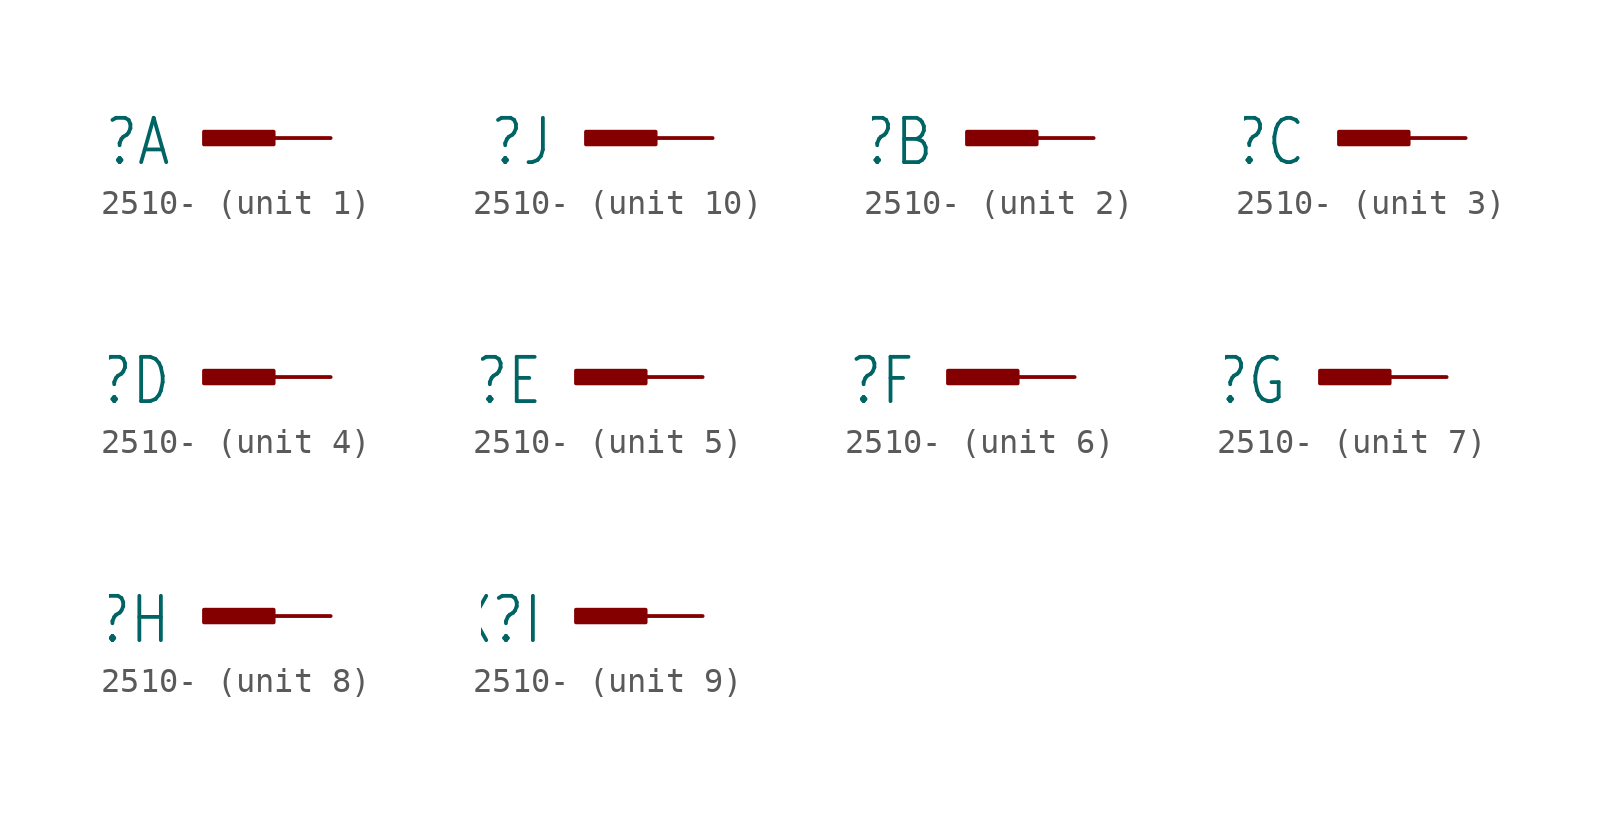
<source format=kicad_sym>
(kicad_symbol_lib
  (version 20211014)
  (generator kicad_symbol_editor)
  (symbol "2510-"
    (property "Reference" "X"
      (at -1.27 0.889 0)
      (effects (font (size 1.778 1.511)) (justify right top)))
    (property "ki_locked" ""
      (at 0 0 0)
      (effects (font (size 1.27 1.27))))
    (symbol "2510-_1_0"
      (rectangle (start 0 -0.254) (end 2.794 0.254) (stroke (width 0) (type default) (color 0 0 0 0)) (fill (type outline)))
      (pin passive line (at 5.08 0 180) (length 2.54) (name "KL" (effects (font (size 0 0)))) (number "1" (effects (font (size 0 0))))))
    (symbol "2510-_2_0"
      (rectangle (start 0 -0.254) (end 2.794 0.254) (stroke (width 0) (type default) (color 0 0 0 0)) (fill (type outline)))
      (pin passive line (at 5.08 0 180) (length 2.54) (name "KL" (effects (font (size 0 0)))) (number "2" (effects (font (size 0 0))))))
    (symbol "2510-_3_0"
      (rectangle (start 0 -0.254) (end 2.794 0.254) (stroke (width 0) (type default) (color 0 0 0 0)) (fill (type outline)))
      (pin passive line (at 5.08 0 180) (length 2.54) (name "KL" (effects (font (size 0 0)))) (number "3" (effects (font (size 0 0))))))
    (symbol "2510-_4_0"
      (rectangle (start 0 -0.254) (end 2.794 0.254) (stroke (width 0) (type default) (color 0 0 0 0)) (fill (type outline)))
      (pin passive line (at 5.08 0 180) (length 2.54) (name "KL" (effects (font (size 0 0)))) (number "4" (effects (font (size 0 0))))))
    (symbol "2510-_5_0"
      (rectangle (start 0 -0.254) (end 2.794 0.254) (stroke (width 0) (type default) (color 0 0 0 0)) (fill (type outline)))
      (pin passive line (at 5.08 0 180) (length 2.54) (name "KL" (effects (font (size 0 0)))) (number "5" (effects (font (size 0 0))))))
    (symbol "2510-_6_0"
      (rectangle (start 0 -0.254) (end 2.794 0.254) (stroke (width 0) (type default) (color 0 0 0 0)) (fill (type outline)))
      (pin passive line (at 5.08 0 180) (length 2.54) (name "KL" (effects (font (size 0 0)))) (number "6" (effects (font (size 0 0))))))
    (symbol "2510-_7_0"
      (rectangle (start 0 -0.254) (end 2.794 0.254) (stroke (width 0) (type default) (color 0 0 0 0)) (fill (type outline)))
      (pin passive line (at 5.08 0 180) (length 2.54) (name "KL" (effects (font (size 0 0)))) (number "7" (effects (font (size 0 0))))))
    (symbol "2510-_8_0"
      (rectangle (start 0 -0.254) (end 2.794 0.254) (stroke (width 0) (type default) (color 0 0 0 0)) (fill (type outline)))
      (pin passive line (at 5.08 0 180) (length 2.54) (name "KL" (effects (font (size 0 0)))) (number "8" (effects (font (size 0 0))))))
    (symbol "2510-_9_0"
      (rectangle (start 0 -0.254) (end 2.794 0.254) (stroke (width 0) (type default) (color 0 0 0 0)) (fill (type outline)))
      (pin passive line (at 5.08 0 180) (length 2.54) (name "KL" (effects (font (size 0 0)))) (number "9" (effects (font (size 0 0))))))
    (symbol "2510-_10_0"
      (rectangle (start 0 -0.254) (end 2.794 0.254) (stroke (width 0) (type default) (color 0 0 0 0)) (fill (type outline)))
      (pin passive line (at 5.08 0 180) (length 2.54) (name "KL" (effects (font (size 0 0)))) (number "10" (effects (font (size 0 0))))))))
</source>
